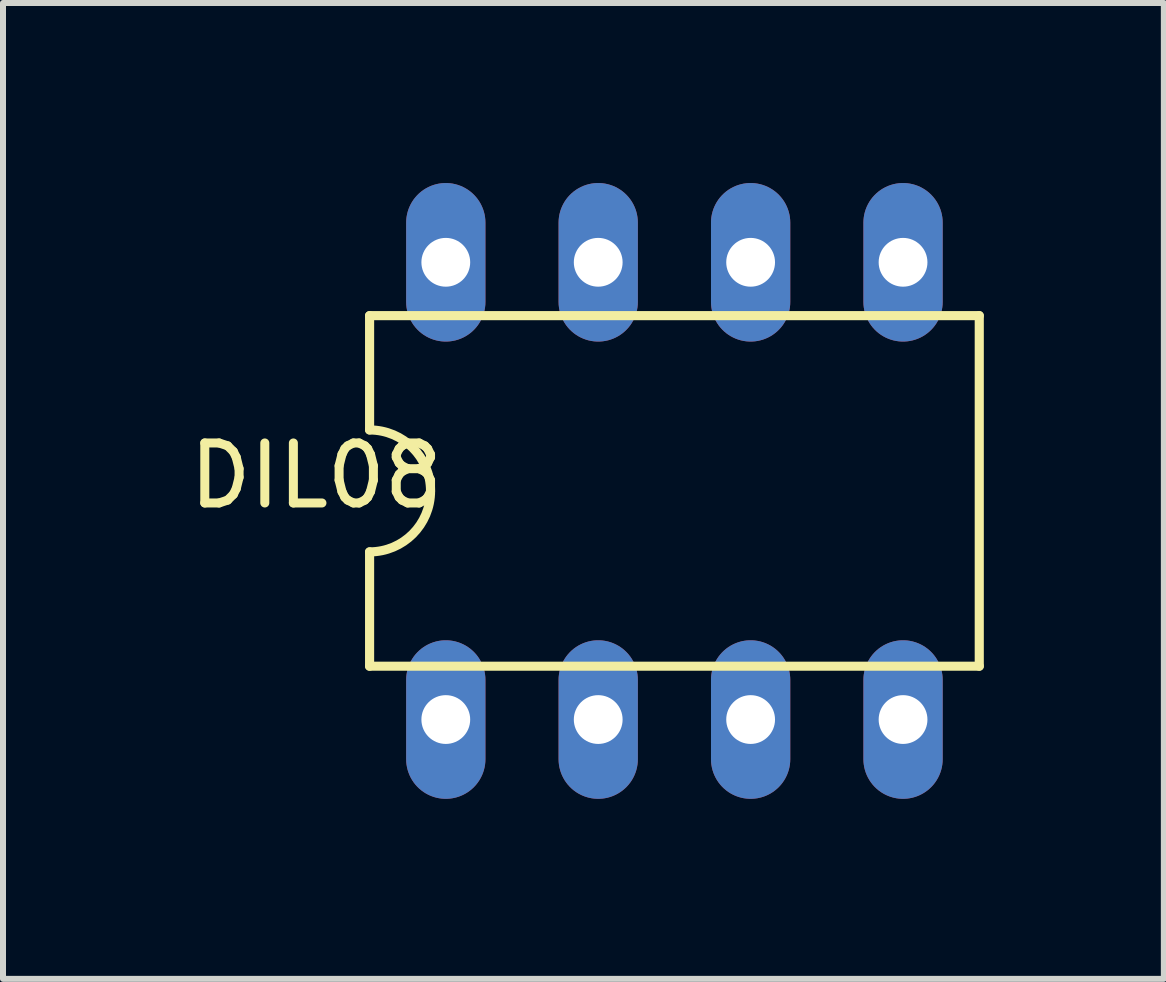
<source format=kicad_pcb>
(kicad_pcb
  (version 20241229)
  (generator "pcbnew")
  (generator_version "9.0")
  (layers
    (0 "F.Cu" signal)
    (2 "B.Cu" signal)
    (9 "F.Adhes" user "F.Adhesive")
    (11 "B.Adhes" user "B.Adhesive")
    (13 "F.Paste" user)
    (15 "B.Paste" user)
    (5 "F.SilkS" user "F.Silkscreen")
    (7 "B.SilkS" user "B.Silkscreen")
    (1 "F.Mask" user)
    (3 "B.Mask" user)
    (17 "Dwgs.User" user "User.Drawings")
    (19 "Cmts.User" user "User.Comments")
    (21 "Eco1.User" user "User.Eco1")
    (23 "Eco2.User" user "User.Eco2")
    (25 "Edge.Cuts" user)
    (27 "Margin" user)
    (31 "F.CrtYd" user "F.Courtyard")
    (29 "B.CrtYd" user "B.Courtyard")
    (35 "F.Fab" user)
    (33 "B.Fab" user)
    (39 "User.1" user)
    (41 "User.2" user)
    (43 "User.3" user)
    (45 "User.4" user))
  (footprint "DIL08"
    (layer "F.Cu")
    (at 8.189 5.131)
    (property "Reference" "DIL08" (at -5.969 -0.254 180) (layer "F.SilkS") (effects (font (size 1 1) (thickness 0.15))))
    (attr through_hole)
    (fp_line (start -5.08 -2.921) (end -5.08 -1.016) (stroke (width 0.152) (type solid)) (layer "F.SilkS"))
    (fp_line (start -5.08 2.921) (end -5.08 1.016) (stroke (width 0.152) (type solid)) (layer "F.SilkS"))
    (fp_line (start -5.08 2.921) (end 5.08 2.921) (stroke (width 0.152) (type solid)) (layer "F.SilkS"))
    (fp_line (start 5.08 -2.921) (end -5.08 -2.921) (stroke (width 0.152) (type solid)) (layer "F.SilkS"))
    (fp_line (start 5.08 -2.921) (end 5.08 2.921) (stroke (width 0.152) (type solid)) (layer "F.SilkS"))
    (fp_arc (start -5.08 -1.016) (mid -4.064 0) (end -5.08 1.016) (stroke (width 0.1524) (type solid)) (layer "F.SilkS"))
    (pad "1" thru_hole oval (at -3.81 3.81) (size 1.321 2.642) (drill 0.813) (layers "*.Cu" "*.Mask"))
    (pad "2" thru_hole oval (at -1.27 3.81) (size 1.321 2.642) (drill 0.813) (layers "*.Cu" "*.Mask"))
    (pad "3" thru_hole oval (at 1.27 3.81) (size 1.321 2.642) (drill 0.813) (layers "*.Cu" "*.Mask"))
    (pad "4" thru_hole oval (at 3.81 3.81) (size 1.321 2.642) (drill 0.813) (layers "*.Cu" "*.Mask"))
    (pad "5" thru_hole oval (at 3.81 -3.81) (size 1.321 2.642) (drill 0.813) (layers "*.Cu" "*.Mask"))
    (pad "6" thru_hole oval (at 1.27 -3.81) (size 1.321 2.642) (drill 0.813) (layers "*.Cu" "*.Mask"))
    (pad "7" thru_hole oval (at -1.27 -3.81) (size 1.321 2.642) (drill 0.813) (layers "*.Cu" "*.Mask"))
    (pad "8" thru_hole oval (at -3.81 -3.81) (size 1.321 2.642) (drill 0.813) (layers "*.Cu" "*.Mask")))
  (gr_rect
    (start -3 -3)
    (end 16.345 13.262)
    (stroke (width 0.1) (type default))
    (fill no)
    (layer "Edge.Cuts")))
</source>
